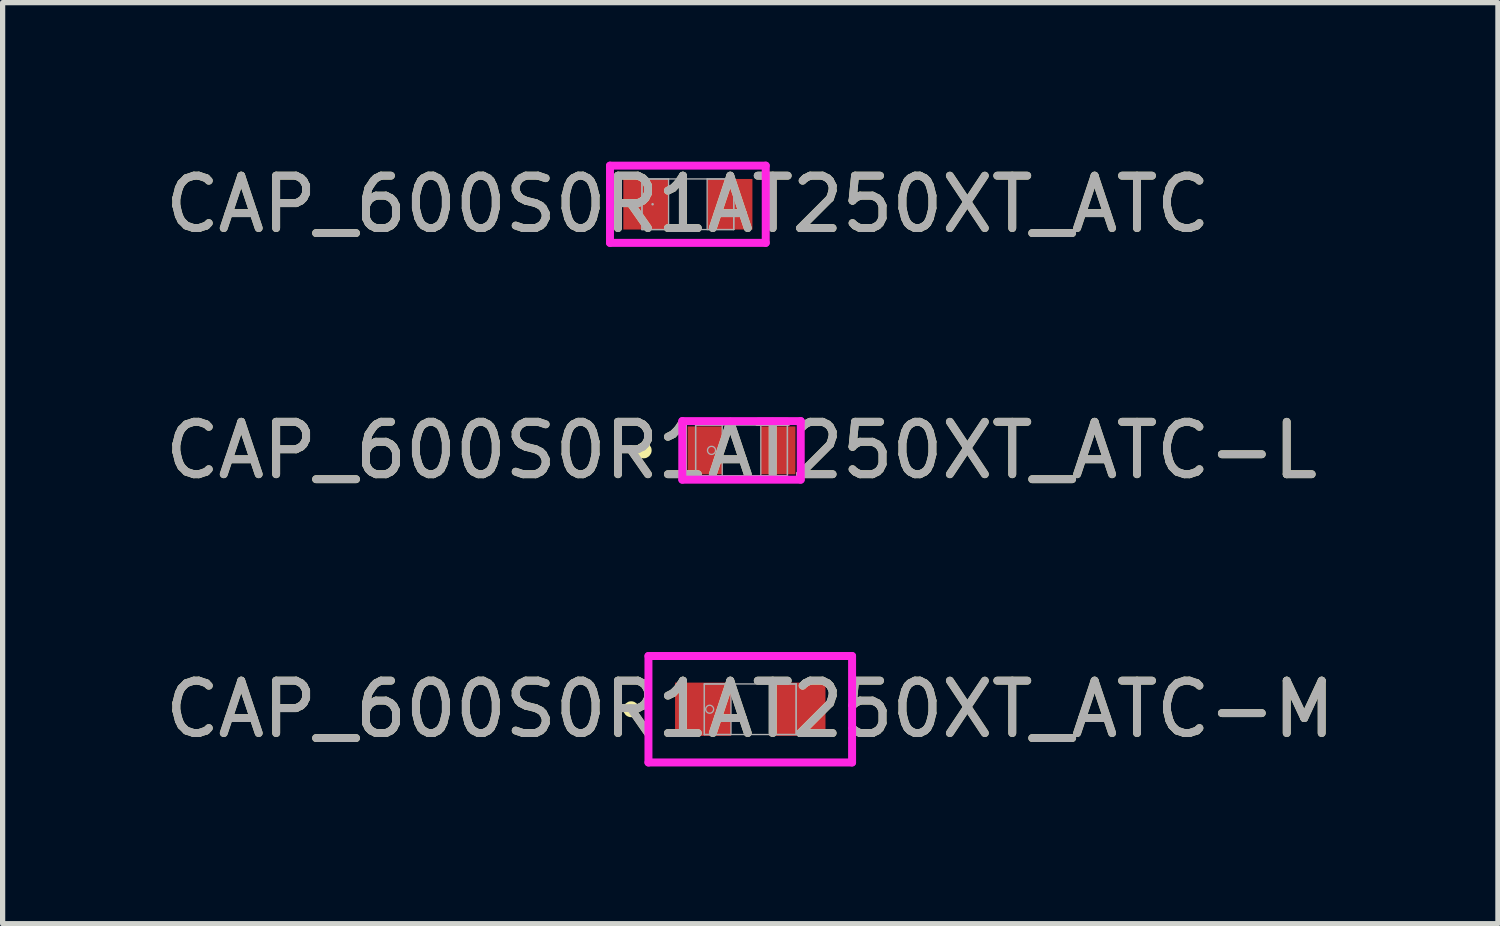
<source format=kicad_pcb>
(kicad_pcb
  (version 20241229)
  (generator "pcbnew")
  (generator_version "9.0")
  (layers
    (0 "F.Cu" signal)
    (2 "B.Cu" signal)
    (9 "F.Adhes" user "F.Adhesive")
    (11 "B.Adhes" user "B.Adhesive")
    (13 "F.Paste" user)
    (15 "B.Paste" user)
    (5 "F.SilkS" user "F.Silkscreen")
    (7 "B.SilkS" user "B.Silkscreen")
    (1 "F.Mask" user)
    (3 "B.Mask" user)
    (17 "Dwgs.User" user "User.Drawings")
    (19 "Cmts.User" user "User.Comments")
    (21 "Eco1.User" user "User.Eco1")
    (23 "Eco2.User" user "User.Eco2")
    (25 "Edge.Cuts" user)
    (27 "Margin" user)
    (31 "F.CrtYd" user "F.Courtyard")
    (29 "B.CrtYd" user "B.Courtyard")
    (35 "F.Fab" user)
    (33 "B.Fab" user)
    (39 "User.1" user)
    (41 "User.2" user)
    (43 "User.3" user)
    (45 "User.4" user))
  (footprint "CAP_600S0R1AT250XT_ATC-L"
    (layer "F.Cu")
    (at 11.101 5.545)
    (property "Reference" "CAP_600S0R1AT250XT_ATC-L" (at 0 0 0) (unlocked yes) (layer "F.SilkS") (effects (font (size 1 1) (thickness 0.15))))
    (attr smd)
    (fp_circle (center -1.867 0) (end -1.791 0) (stroke (width 0.152) (type solid)) (fill no) (layer "F.SilkS"))
    (fp_line (start -1.13 -0.559) (end 1.13 -0.559) (stroke (width 0.152) (type solid)) (layer "F.CrtYd"))
    (fp_line (start -1.13 0.559) (end -1.13 -0.559) (stroke (width 0.152) (type solid)) (layer "F.CrtYd"))
    (fp_line (start 1.13 -0.559) (end 1.13 0.559) (stroke (width 0.152) (type solid)) (layer "F.CrtYd"))
    (fp_line (start 1.13 0.559) (end -1.13 0.559) (stroke (width 0.152) (type solid)) (layer "F.CrtYd"))
    (fp_line (start -0.876 -0.483) (end -0.876 0.483) (stroke (width 0.025) (type solid)) (layer "F.Fab"))
    (fp_line (start -0.876 -0.483) (end -0.876 0.483) (stroke (width 0.025) (type solid)) (layer "F.Fab"))
    (fp_line (start -0.876 0.483) (end -0.368 0.483) (stroke (width 0.025) (type solid)) (layer "F.Fab"))
    (fp_line (start -0.876 0.483) (end 0.876 0.483) (stroke (width 0.025) (type solid)) (layer "F.Fab"))
    (fp_line (start -0.368 -0.483) (end -0.876 -0.483) (stroke (width 0.025) (type solid)) (layer "F.Fab"))
    (fp_line (start -0.368 0.483) (end -0.368 -0.483) (stroke (width 0.025) (type solid)) (layer "F.Fab"))
    (fp_line (start 0.368 -0.483) (end 0.368 0.483) (stroke (width 0.025) (type solid)) (layer "F.Fab"))
    (fp_line (start 0.368 0.483) (end 0.876 0.483) (stroke (width 0.025) (type solid)) (layer "F.Fab"))
    (fp_line (start 0.876 -0.483) (end -0.876 -0.483) (stroke (width 0.025) (type solid)) (layer "F.Fab"))
    (fp_line (start 0.876 -0.483) (end 0.368 -0.483) (stroke (width 0.025) (type solid)) (layer "F.Fab"))
    (fp_line (start 0.876 0.483) (end 0.876 -0.483) (stroke (width 0.025) (type solid)) (layer "F.Fab"))
    (fp_line (start 0.876 0.483) (end 0.876 -0.483) (stroke (width 0.025) (type solid)) (layer "F.Fab"))
    (fp_circle (center -0.572 0) (end -0.495 0) (stroke (width 0.025) (type solid)) (fill no) (layer "F.Fab"))
    (fp_text user "${REFERENCE}" (at 0 0 0) (unlocked yes) (layer "F.Fab") (effects (font (size 1 1) (thickness 0.15))))
    (pad "1" smd rect (at -0.699 0) (size 0.66 0.914) (layers "F.Cu" "F.Mask" "F.Paste"))
    (pad "2" smd rect (at 0.699 0) (size 0.66 0.914) (layers "F.Cu" "F.Mask" "F.Paste"))
    (zone (net_name "") (layer "F.Cu") (hatch full 0.508) (connect_pads) (min_thickness 0.254) (filled_areas_thickness no) (keepout (tracks not_allowed) (vias not_allowed) (pads allowed) (copperpour not_allowed) (footprints allowed)) (placement (enabled no)) (fill) (polygon (pts (xy 10.784 5.113) (xy 11.419 5.113) (xy 11.419 5.977) (xy 10.784 5.977)))))
  (footprint "CAP_600S0R1AT250XT_ATC"
    (layer "F.Cu")
    (at 10.077 0.848)
    (property "Reference" "CAP_600S0R1AT250XT_ATC" (at 0 0 0) (unlocked yes) (layer "F.SilkS") (effects (font (size 1 1) (thickness 0.15))))
    (attr smd)
    (fp_line (start -1.486 -0.737) (end 1.486 -0.737) (stroke (width 0.152) (type solid)) (layer "F.CrtYd"))
    (fp_line (start -1.486 0.737) (end -1.486 -0.737) (stroke (width 0.152) (type solid)) (layer "F.CrtYd"))
    (fp_line (start 1.486 -0.737) (end 1.486 0.737) (stroke (width 0.152) (type solid)) (layer "F.CrtYd"))
    (fp_line (start 1.486 0.737) (end -1.486 0.737) (stroke (width 0.152) (type solid)) (layer "F.CrtYd"))
    (fp_line (start -0.876 -0.483) (end -0.876 0.483) (stroke (width 0.025) (type solid)) (layer "F.Fab"))
    (fp_line (start -0.876 -0.483) (end -0.876 0.483) (stroke (width 0.025) (type solid)) (layer "F.Fab"))
    (fp_line (start -0.876 0.483) (end -0.368 0.483) (stroke (width 0.025) (type solid)) (layer "F.Fab"))
    (fp_line (start -0.876 0.483) (end 0.876 0.483) (stroke (width 0.025) (type solid)) (layer "F.Fab"))
    (fp_line (start -0.368 -0.483) (end -0.876 -0.483) (stroke (width 0.025) (type solid)) (layer "F.Fab"))
    (fp_line (start -0.368 0.483) (end -0.368 -0.483) (stroke (width 0.025) (type solid)) (layer "F.Fab"))
    (fp_line (start 0.368 -0.483) (end 0.368 0.483) (stroke (width 0.025) (type solid)) (layer "F.Fab"))
    (fp_line (start 0.368 0.483) (end 0.876 0.483) (stroke (width 0.025) (type solid)) (layer "F.Fab"))
    (fp_line (start 0.876 -0.483) (end -0.876 -0.483) (stroke (width 0.025) (type solid)) (layer "F.Fab"))
    (fp_line (start 0.876 -0.483) (end 0.368 -0.483) (stroke (width 0.025) (type solid)) (layer "F.Fab"))
    (fp_line (start 0.876 0.483) (end 0.876 -0.483) (stroke (width 0.025) (type solid)) (layer "F.Fab"))
    (fp_line (start 0.876 0.483) (end 0.876 -0.483) (stroke (width 0.025) (type solid)) (layer "F.Fab"))
    (fp_circle (center -0.673 0) (end -0.673 0) (stroke (width 0.025) (type solid)) (fill no) (layer "F.Fab"))
    (fp_text user "${REFERENCE}" (at 0 0 0) (unlocked yes) (layer "F.Fab") (effects (font (size 1 1) (thickness 0.15))))
    (pad "1" smd rect (at -0.8 0) (size 0.864 0.965) (layers "F.Cu" "F.Mask" "F.Paste"))
    (pad "2" smd rect (at 0.8 0) (size 0.864 0.965) (layers "F.Cu" "F.Mask" "F.Paste"))
    (zone (net_name "") (layer "F.Cu") (hatch full 0.508) (connect_pads) (min_thickness 0.254) (filled_areas_thickness no) (keepout (tracks not_allowed) (vias not_allowed) (pads allowed) (copperpour not_allowed) (footprints allowed)) (placement (enabled no)) (fill) (polygon (pts (xy 9.76 0.416) (xy 10.395 0.416) (xy 10.395 1.28) (xy 9.76 1.28)))))
  (footprint "CAP_600S0R1AT250XT_ATC-M"
    (layer "F.Cu")
    (at 11.268 10.485)
    (property "Reference" "CAP_600S0R1AT250XT_ATC-M" (at 0 0 0) (unlocked yes) (layer "F.SilkS") (effects (font (size 1 1) (thickness 0.15))))
    (attr smd)
    (fp_circle (center -2.273 0) (end -2.197 0) (stroke (width 0.152) (type solid)) (fill no) (layer "F.SilkS"))
    (fp_line (start -1.943 -1.016) (end 1.943 -1.016) (stroke (width 0.152) (type solid)) (layer "F.CrtYd"))
    (fp_line (start -1.943 1.016) (end -1.943 -1.016) (stroke (width 0.152) (type solid)) (layer "F.CrtYd"))
    (fp_line (start 1.943 -1.016) (end 1.943 1.016) (stroke (width 0.152) (type solid)) (layer "F.CrtYd"))
    (fp_line (start 1.943 1.016) (end -1.943 1.016) (stroke (width 0.152) (type solid)) (layer "F.CrtYd"))
    (fp_line (start -0.876 -0.483) (end -0.876 0.483) (stroke (width 0.025) (type solid)) (layer "F.Fab"))
    (fp_line (start -0.876 -0.483) (end -0.876 0.483) (stroke (width 0.025) (type solid)) (layer "F.Fab"))
    (fp_line (start -0.876 0.483) (end -0.368 0.483) (stroke (width 0.025) (type solid)) (layer "F.Fab"))
    (fp_line (start -0.876 0.483) (end 0.876 0.483) (stroke (width 0.025) (type solid)) (layer "F.Fab"))
    (fp_line (start -0.368 -0.483) (end -0.876 -0.483) (stroke (width 0.025) (type solid)) (layer "F.Fab"))
    (fp_line (start -0.368 0.483) (end -0.368 -0.483) (stroke (width 0.025) (type solid)) (layer "F.Fab"))
    (fp_line (start 0.368 -0.483) (end 0.368 0.483) (stroke (width 0.025) (type solid)) (layer "F.Fab"))
    (fp_line (start 0.368 0.483) (end 0.876 0.483) (stroke (width 0.025) (type solid)) (layer "F.Fab"))
    (fp_line (start 0.876 -0.483) (end -0.876 -0.483) (stroke (width 0.025) (type solid)) (layer "F.Fab"))
    (fp_line (start 0.876 -0.483) (end 0.368 -0.483) (stroke (width 0.025) (type solid)) (layer "F.Fab"))
    (fp_line (start 0.876 0.483) (end 0.876 -0.483) (stroke (width 0.025) (type solid)) (layer "F.Fab"))
    (fp_line (start 0.876 0.483) (end 0.876 -0.483) (stroke (width 0.025) (type solid)) (layer "F.Fab"))
    (fp_circle (center -0.775 0) (end -0.699 0) (stroke (width 0.025) (type solid)) (fill no) (layer "F.Fab"))
    (fp_text user "${REFERENCE}" (at 0 0 0) (unlocked yes) (layer "F.Fab") (effects (font (size 1 1) (thickness 0.15))))
    (pad "1" smd rect (at -0.902 0) (size 1.067 1.016) (layers "F.Cu" "F.Mask" "F.Paste"))
    (pad "2" smd rect (at 0.902 0) (size 1.067 1.016) (layers "F.Cu" "F.Mask" "F.Paste"))
    (zone (net_name "") (layer "F.Cu") (hatch full 0.508) (connect_pads) (min_thickness 0.254) (filled_areas_thickness no) (keepout (tracks not_allowed) (vias not_allowed) (pads allowed) (copperpour not_allowed) (footprints allowed)) (placement (enabled no)) (fill) (polygon (pts (xy 10.95 10.053) (xy 11.585 10.053) (xy 11.585 10.917) (xy 10.95 10.917)))))
  (gr_rect
    (start -3 -3)
    (end 25.536 14.577)
    (stroke (width 0.1) (type default))
    (fill no)
    (layer "Edge.Cuts")))
</source>
